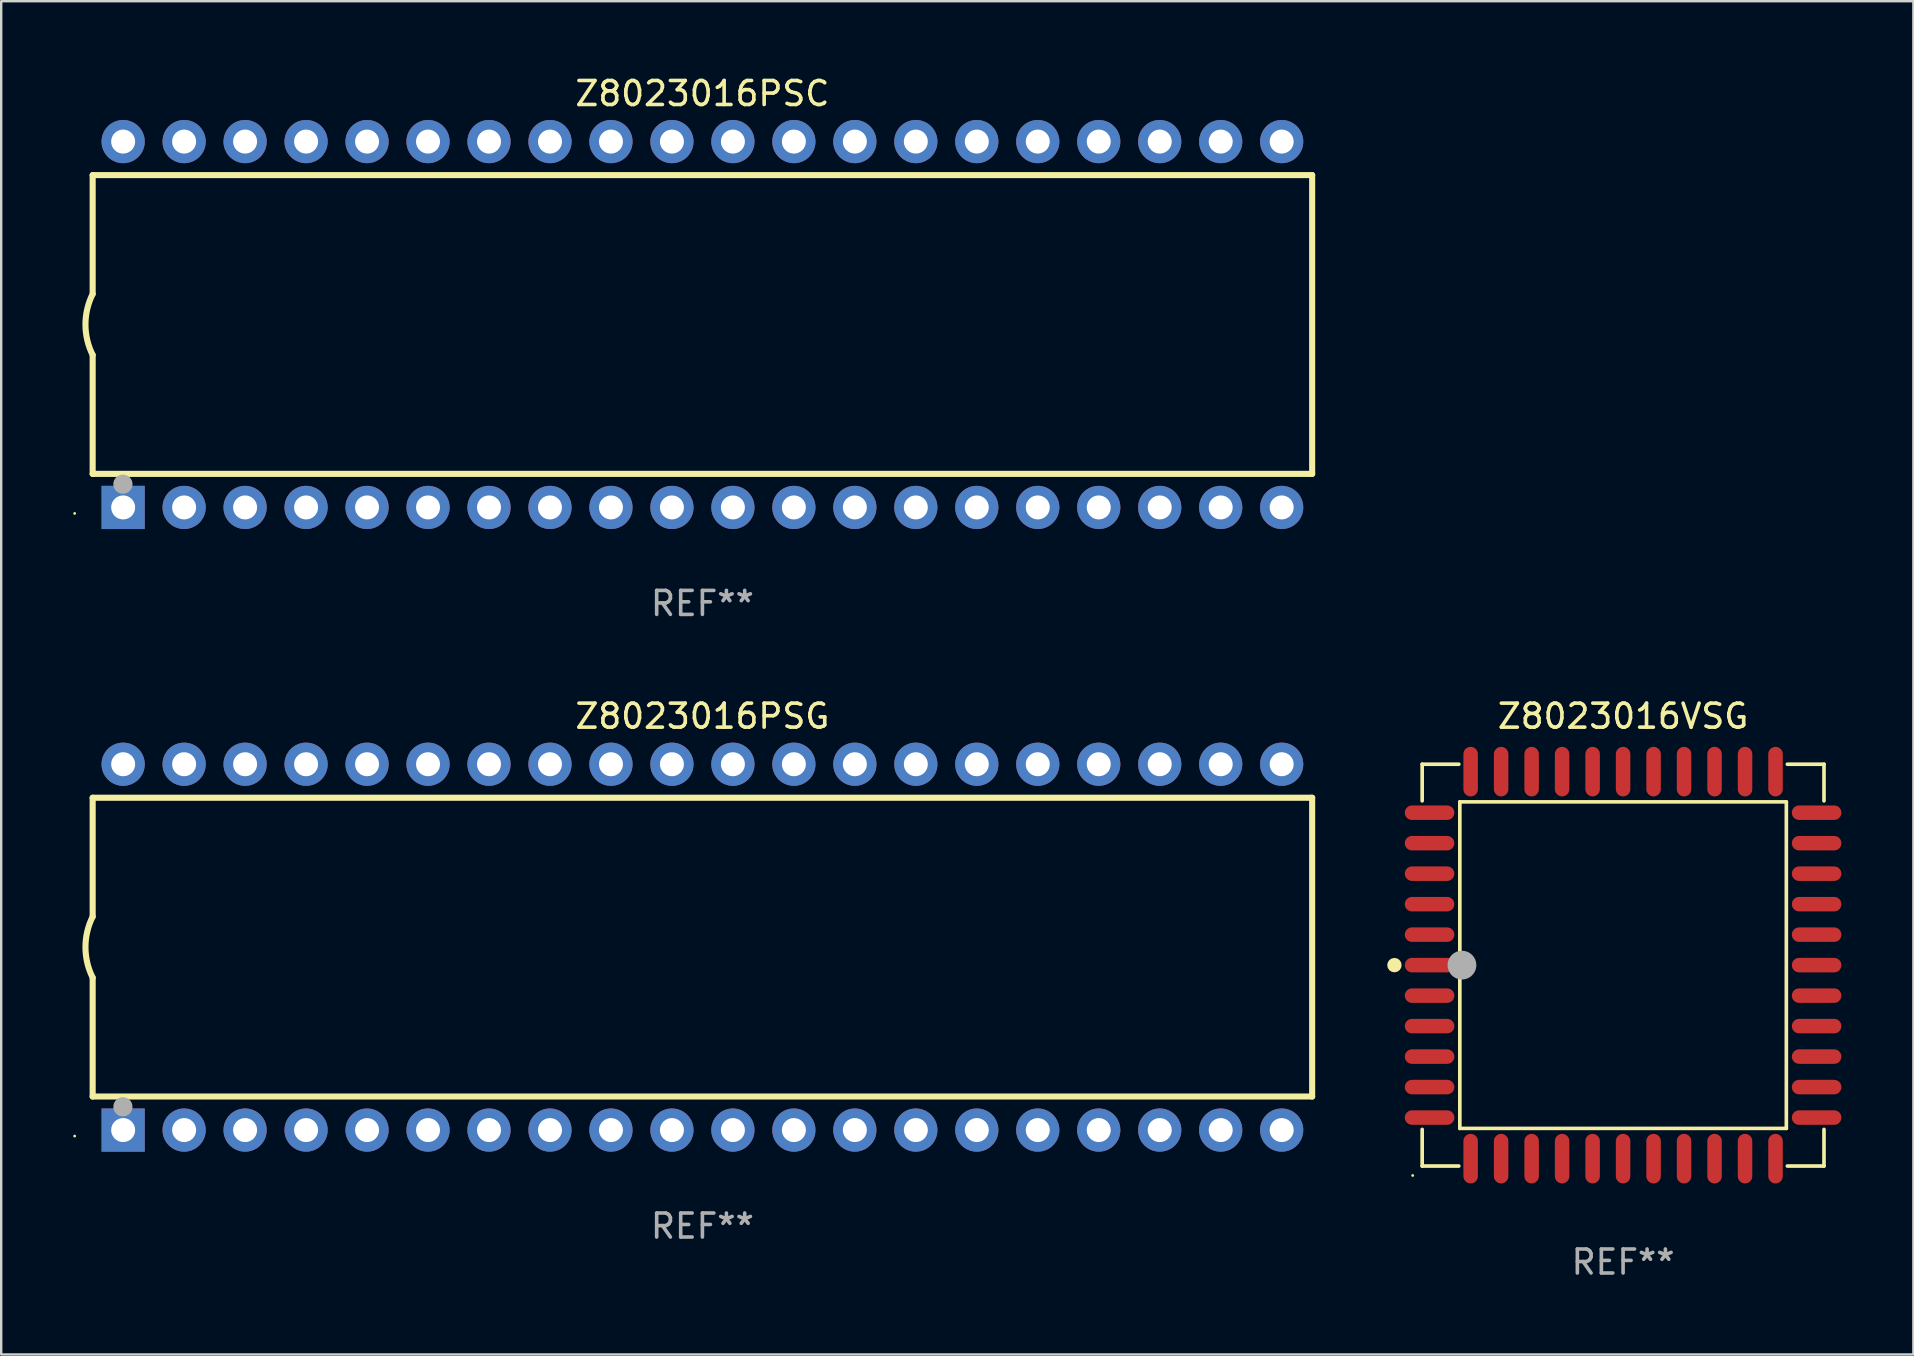
<source format=kicad_pcb>
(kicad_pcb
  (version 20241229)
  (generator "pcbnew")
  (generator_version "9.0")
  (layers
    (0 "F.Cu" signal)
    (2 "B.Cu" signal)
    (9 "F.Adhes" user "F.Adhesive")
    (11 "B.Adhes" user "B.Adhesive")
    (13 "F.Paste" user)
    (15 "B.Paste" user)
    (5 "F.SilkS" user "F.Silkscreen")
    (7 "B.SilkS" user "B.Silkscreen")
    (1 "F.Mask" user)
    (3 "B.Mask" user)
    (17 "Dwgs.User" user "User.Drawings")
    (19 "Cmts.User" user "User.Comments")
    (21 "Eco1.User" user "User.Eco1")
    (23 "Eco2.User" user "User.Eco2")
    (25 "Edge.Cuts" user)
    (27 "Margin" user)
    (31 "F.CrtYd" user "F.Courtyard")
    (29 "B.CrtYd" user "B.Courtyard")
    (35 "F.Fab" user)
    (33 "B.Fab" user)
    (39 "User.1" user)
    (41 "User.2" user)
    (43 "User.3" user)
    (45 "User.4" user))
  (footprint "Z8023016PSC"
    (layer "F.Cu")
    (at 26.21 10.468)
    (property "Reference" "Z8023016PSC" (at 0 -9.62 0) (layer "F.SilkS") (effects (font (size 1 1) (thickness 0.15))))
    (attr through_hole)
    (fp_line (start -25.4 -6.224) (end -25.4 -1.271) (stroke (width 0.254) (type solid)) (layer "F.SilkS"))
    (fp_line (start -25.4 -6.224) (end 25.4 -6.224) (stroke (width 0.254) (type solid)) (layer "F.SilkS"))
    (fp_line (start -25.4 1.269) (end -25.4 6.222) (stroke (width 0.254) (type solid)) (layer "F.SilkS"))
    (fp_line (start -25.4 6.222) (end 25.4 6.222) (stroke (width 0.254) (type solid)) (layer "F.SilkS"))
    (fp_line (start 25.4 6.222) (end 25.4 -6.224) (stroke (width 0.254) (type solid)) (layer "F.SilkS"))
    (fp_arc (start -25.4 1.269241) (mid -25.699807 -0.000762) (end -25.4 -1.270765) (stroke (width 0.254001) (type solid)) (layer "F.SilkS"))
    (fp_circle (center -26.15 7.87) (end -26.12 7.87) (stroke (width 0.06) (type solid)) (fill no) (layer "F.SilkS"))
    (fp_circle (center -24.14 6.65) (end -23.94 6.65) (stroke (width 0.4) (type solid)) (fill no) (layer "F.Fab"))
    (fp_text user "REF**" (at 0 11.62 0) (layer "F.Fab") (effects (font (size 1 1) (thickness 0.15))))
    (pad "1" thru_hole rect (at -24.13 7.62 90) (size 1.8 1.8) (drill 1) (layers "*.Cu" "*.Mask"))
    (pad "2" thru_hole circle (at -21.59 7.62) (size 1.8 1.8) (drill 1) (layers "*.Cu" "*.Mask"))
    (pad "3" thru_hole circle (at -19.05 7.62) (size 1.8 1.8) (drill 1) (layers "*.Cu" "*.Mask"))
    (pad "4" thru_hole circle (at -16.51 7.62) (size 1.8 1.8) (drill 1) (layers "*.Cu" "*.Mask"))
    (pad "5" thru_hole circle (at -13.97 7.62) (size 1.8 1.8) (drill 1) (layers "*.Cu" "*.Mask"))
    (pad "6" thru_hole circle (at -11.43 7.62) (size 1.8 1.8) (drill 1) (layers "*.Cu" "*.Mask"))
    (pad "7" thru_hole circle (at -8.89 7.62) (size 1.8 1.8) (drill 1) (layers "*.Cu" "*.Mask"))
    (pad "8" thru_hole circle (at -6.35 7.62) (size 1.8 1.8) (drill 1) (layers "*.Cu" "*.Mask"))
    (pad "9" thru_hole circle (at -3.81 7.62) (size 1.8 1.8) (drill 1) (layers "*.Cu" "*.Mask"))
    (pad "10" thru_hole circle (at -1.27 7.62) (size 1.8 1.8) (drill 1) (layers "*.Cu" "*.Mask"))
    (pad "11" thru_hole circle (at 1.27 7.62) (size 1.8 1.8) (drill 1) (layers "*.Cu" "*.Mask"))
    (pad "12" thru_hole circle (at 3.81 7.62) (size 1.8 1.8) (drill 1) (layers "*.Cu" "*.Mask"))
    (pad "13" thru_hole circle (at 6.35 7.62) (size 1.8 1.8) (drill 1) (layers "*.Cu" "*.Mask"))
    (pad "14" thru_hole circle (at 8.89 7.62) (size 1.8 1.8) (drill 1) (layers "*.Cu" "*.Mask"))
    (pad "15" thru_hole circle (at 11.43 7.62) (size 1.8 1.8) (drill 1) (layers "*.Cu" "*.Mask"))
    (pad "16" thru_hole circle (at 13.97 7.62) (size 1.8 1.8) (drill 1) (layers "*.Cu" "*.Mask"))
    (pad "17" thru_hole circle (at 16.51 7.62) (size 1.8 1.8) (drill 1) (layers "*.Cu" "*.Mask"))
    (pad "18" thru_hole circle (at 19.05 7.62) (size 1.8 1.8) (drill 1) (layers "*.Cu" "*.Mask"))
    (pad "19" thru_hole circle (at 21.59 7.62) (size 1.8 1.8) (drill 1) (layers "*.Cu" "*.Mask"))
    (pad "20" thru_hole circle (at 24.13 7.62) (size 1.8 1.8) (drill 1) (layers "*.Cu" "*.Mask"))
    (pad "21" thru_hole circle (at 24.13 -7.62) (size 1.8 1.8) (drill 1) (layers "*.Cu" "*.Mask"))
    (pad "22" thru_hole circle (at 21.59 -7.62) (size 1.8 1.8) (drill 1) (layers "*.Cu" "*.Mask"))
    (pad "23" thru_hole circle (at 19.05 -7.62) (size 1.8 1.8) (drill 1) (layers "*.Cu" "*.Mask"))
    (pad "24" thru_hole circle (at 16.51 -7.62) (size 1.8 1.8) (drill 1) (layers "*.Cu" "*.Mask"))
    (pad "25" thru_hole circle (at 13.97 -7.62) (size 1.8 1.8) (drill 1) (layers "*.Cu" "*.Mask"))
    (pad "26" thru_hole circle (at 11.43 -7.62) (size 1.8 1.8) (drill 1) (layers "*.Cu" "*.Mask"))
    (pad "27" thru_hole circle (at 8.89 -7.62) (size 1.8 1.8) (drill 1) (layers "*.Cu" "*.Mask"))
    (pad "28" thru_hole circle (at 6.35 -7.62) (size 1.8 1.8) (drill 1) (layers "*.Cu" "*.Mask"))
    (pad "29" thru_hole circle (at 3.81 -7.62) (size 1.8 1.8) (drill 1) (layers "*.Cu" "*.Mask"))
    (pad "30" thru_hole circle (at 1.27 -7.62) (size 1.8 1.8) (drill 1) (layers "*.Cu" "*.Mask"))
    (pad "31" thru_hole circle (at -1.27 -7.62) (size 1.8 1.8) (drill 1) (layers "*.Cu" "*.Mask"))
    (pad "32" thru_hole circle (at -3.81 -7.62) (size 1.8 1.8) (drill 1) (layers "*.Cu" "*.Mask"))
    (pad "33" thru_hole circle (at -6.35 -7.62) (size 1.8 1.8) (drill 1) (layers "*.Cu" "*.Mask"))
    (pad "34" thru_hole circle (at -8.89 -7.62) (size 1.8 1.8) (drill 1) (layers "*.Cu" "*.Mask"))
    (pad "35" thru_hole circle (at -11.43 -7.62) (size 1.8 1.8) (drill 1) (layers "*.Cu" "*.Mask"))
    (pad "36" thru_hole circle (at -13.97 -7.62) (size 1.8 1.8) (drill 1) (layers "*.Cu" "*.Mask"))
    (pad "37" thru_hole circle (at -16.51 -7.62) (size 1.8 1.8) (drill 1) (layers "*.Cu" "*.Mask"))
    (pad "38" thru_hole circle (at -19.05 -7.62) (size 1.8 1.8) (drill 1) (layers "*.Cu" "*.Mask"))
    (pad "39" thru_hole circle (at -21.59 -7.62) (size 1.8 1.8) (drill 1) (layers "*.Cu" "*.Mask"))
    (pad "40" thru_hole circle (at -24.13 -7.62) (size 1.8 1.8) (drill 1) (layers "*.Cu" "*.Mask")))
  (footprint "Z8023016PSG"
    (layer "F.Cu")
    (at 26.21 36.405)
    (property "Reference" "Z8023016PSG" (at 0 -9.62 0) (layer "F.SilkS") (effects (font (size 1 1) (thickness 0.15))))
    (attr through_hole)
    (fp_line (start -25.4 -6.224) (end -25.4 -1.271) (stroke (width 0.254) (type solid)) (layer "F.SilkS"))
    (fp_line (start -25.4 -6.224) (end 25.4 -6.224) (stroke (width 0.254) (type solid)) (layer "F.SilkS"))
    (fp_line (start -25.4 1.269) (end -25.4 6.222) (stroke (width 0.254) (type solid)) (layer "F.SilkS"))
    (fp_line (start -25.4 6.222) (end 25.4 6.222) (stroke (width 0.254) (type solid)) (layer "F.SilkS"))
    (fp_line (start 25.4 6.222) (end 25.4 -6.224) (stroke (width 0.254) (type solid)) (layer "F.SilkS"))
    (fp_arc (start -25.4 1.269241) (mid -25.699807 -0.000762) (end -25.4 -1.270765) (stroke (width 0.254001) (type solid)) (layer "F.SilkS"))
    (fp_circle (center -26.15 7.87) (end -26.12 7.87) (stroke (width 0.06) (type solid)) (fill no) (layer "F.SilkS"))
    (fp_circle (center -24.14 6.65) (end -23.94 6.65) (stroke (width 0.4) (type solid)) (fill no) (layer "F.Fab"))
    (fp_text user "REF**" (at 0 11.62 0) (layer "F.Fab") (effects (font (size 1 1) (thickness 0.15))))
    (pad "1" thru_hole rect (at -24.13 7.62 90) (size 1.8 1.8) (drill 1) (layers "*.Cu" "*.Mask"))
    (pad "2" thru_hole circle (at -21.59 7.62) (size 1.8 1.8) (drill 1) (layers "*.Cu" "*.Mask"))
    (pad "3" thru_hole circle (at -19.05 7.62) (size 1.8 1.8) (drill 1) (layers "*.Cu" "*.Mask"))
    (pad "4" thru_hole circle (at -16.51 7.62) (size 1.8 1.8) (drill 1) (layers "*.Cu" "*.Mask"))
    (pad "5" thru_hole circle (at -13.97 7.62) (size 1.8 1.8) (drill 1) (layers "*.Cu" "*.Mask"))
    (pad "6" thru_hole circle (at -11.43 7.62) (size 1.8 1.8) (drill 1) (layers "*.Cu" "*.Mask"))
    (pad "7" thru_hole circle (at -8.89 7.62) (size 1.8 1.8) (drill 1) (layers "*.Cu" "*.Mask"))
    (pad "8" thru_hole circle (at -6.35 7.62) (size 1.8 1.8) (drill 1) (layers "*.Cu" "*.Mask"))
    (pad "9" thru_hole circle (at -3.81 7.62) (size 1.8 1.8) (drill 1) (layers "*.Cu" "*.Mask"))
    (pad "10" thru_hole circle (at -1.27 7.62) (size 1.8 1.8) (drill 1) (layers "*.Cu" "*.Mask"))
    (pad "11" thru_hole circle (at 1.27 7.62) (size 1.8 1.8) (drill 1) (layers "*.Cu" "*.Mask"))
    (pad "12" thru_hole circle (at 3.81 7.62) (size 1.8 1.8) (drill 1) (layers "*.Cu" "*.Mask"))
    (pad "13" thru_hole circle (at 6.35 7.62) (size 1.8 1.8) (drill 1) (layers "*.Cu" "*.Mask"))
    (pad "14" thru_hole circle (at 8.89 7.62) (size 1.8 1.8) (drill 1) (layers "*.Cu" "*.Mask"))
    (pad "15" thru_hole circle (at 11.43 7.62) (size 1.8 1.8) (drill 1) (layers "*.Cu" "*.Mask"))
    (pad "16" thru_hole circle (at 13.97 7.62) (size 1.8 1.8) (drill 1) (layers "*.Cu" "*.Mask"))
    (pad "17" thru_hole circle (at 16.51 7.62) (size 1.8 1.8) (drill 1) (layers "*.Cu" "*.Mask"))
    (pad "18" thru_hole circle (at 19.05 7.62) (size 1.8 1.8) (drill 1) (layers "*.Cu" "*.Mask"))
    (pad "19" thru_hole circle (at 21.59 7.62) (size 1.8 1.8) (drill 1) (layers "*.Cu" "*.Mask"))
    (pad "20" thru_hole circle (at 24.13 7.62) (size 1.8 1.8) (drill 1) (layers "*.Cu" "*.Mask"))
    (pad "21" thru_hole circle (at 24.13 -7.62) (size 1.8 1.8) (drill 1) (layers "*.Cu" "*.Mask"))
    (pad "22" thru_hole circle (at 21.59 -7.62) (size 1.8 1.8) (drill 1) (layers "*.Cu" "*.Mask"))
    (pad "23" thru_hole circle (at 19.05 -7.62) (size 1.8 1.8) (drill 1) (layers "*.Cu" "*.Mask"))
    (pad "24" thru_hole circle (at 16.51 -7.62) (size 1.8 1.8) (drill 1) (layers "*.Cu" "*.Mask"))
    (pad "25" thru_hole circle (at 13.97 -7.62) (size 1.8 1.8) (drill 1) (layers "*.Cu" "*.Mask"))
    (pad "26" thru_hole circle (at 11.43 -7.62) (size 1.8 1.8) (drill 1) (layers "*.Cu" "*.Mask"))
    (pad "27" thru_hole circle (at 8.89 -7.62) (size 1.8 1.8) (drill 1) (layers "*.Cu" "*.Mask"))
    (pad "28" thru_hole circle (at 6.35 -7.62) (size 1.8 1.8) (drill 1) (layers "*.Cu" "*.Mask"))
    (pad "29" thru_hole circle (at 3.81 -7.62) (size 1.8 1.8) (drill 1) (layers "*.Cu" "*.Mask"))
    (pad "30" thru_hole circle (at 1.27 -7.62) (size 1.8 1.8) (drill 1) (layers "*.Cu" "*.Mask"))
    (pad "31" thru_hole circle (at -1.27 -7.62) (size 1.8 1.8) (drill 1) (layers "*.Cu" "*.Mask"))
    (pad "32" thru_hole circle (at -3.81 -7.62) (size 1.8 1.8) (drill 1) (layers "*.Cu" "*.Mask"))
    (pad "33" thru_hole circle (at -6.35 -7.62) (size 1.8 1.8) (drill 1) (layers "*.Cu" "*.Mask"))
    (pad "34" thru_hole circle (at -8.89 -7.62) (size 1.8 1.8) (drill 1) (layers "*.Cu" "*.Mask"))
    (pad "35" thru_hole circle (at -11.43 -7.62) (size 1.8 1.8) (drill 1) (layers "*.Cu" "*.Mask"))
    (pad "36" thru_hole circle (at -13.97 -7.62) (size 1.8 1.8) (drill 1) (layers "*.Cu" "*.Mask"))
    (pad "37" thru_hole circle (at -16.51 -7.62) (size 1.8 1.8) (drill 1) (layers "*.Cu" "*.Mask"))
    (pad "38" thru_hole circle (at -19.05 -7.62) (size 1.8 1.8) (drill 1) (layers "*.Cu" "*.Mask"))
    (pad "39" thru_hole circle (at -21.59 -7.62) (size 1.8 1.8) (drill 1) (layers "*.Cu" "*.Mask"))
    (pad "40" thru_hole circle (at -24.13 -7.62) (size 1.8 1.8) (drill 1) (layers "*.Cu" "*.Mask")))
  (footprint "Z8023016VSG"
    (layer "F.Cu")
    (at 64.562 37.154)
    (property "Reference" "Z8023016VSG" (at 0 -10.369 0) (layer "F.SilkS") (effects (font (size 1 1) (thickness 0.15))))
    (attr through_hole)
    (fp_line (start -8.369 -8.369) (end -6.843 -8.369) (stroke (width 0.152) (type solid)) (layer "F.SilkS"))
    (fp_line (start -8.369 -6.843) (end -8.369 -8.369) (stroke (width 0.152) (type solid)) (layer "F.SilkS"))
    (fp_line (start -8.369 6.843) (end -8.369 8.369) (stroke (width 0.152) (type solid)) (layer "F.SilkS"))
    (fp_line (start -8.369 8.369) (end -6.843 8.369) (stroke (width 0.152) (type solid)) (layer "F.SilkS"))
    (fp_line (start -6.801 -6.801) (end 6.801 -6.801) (stroke (width 0.152) (type solid)) (layer "F.SilkS"))
    (fp_line (start -6.801 6.801) (end -6.801 -6.801) (stroke (width 0.152) (type solid)) (layer "F.SilkS"))
    (fp_line (start 6.801 -6.801) (end 6.801 6.801) (stroke (width 0.152) (type solid)) (layer "F.SilkS"))
    (fp_line (start 6.801 6.801) (end -6.801 6.801) (stroke (width 0.152) (type solid)) (layer "F.SilkS"))
    (fp_line (start 8.369 -8.369) (end 6.843 -8.369) (stroke (width 0.152) (type solid)) (layer "F.SilkS"))
    (fp_line (start 8.369 -6.843) (end 8.369 -8.369) (stroke (width 0.152) (type solid)) (layer "F.SilkS"))
    (fp_line (start 8.369 6.843) (end 8.369 8.369) (stroke (width 0.152) (type solid)) (layer "F.SilkS"))
    (fp_line (start 8.369 8.369) (end 6.843 8.369) (stroke (width 0.152) (type solid)) (layer "F.SilkS"))
    (fp_circle (center -9.525 -0.000127) (end -9.375 -0.000127) (stroke (width 0.3) (type solid)) (fill no) (layer "F.SilkS"))
    (fp_circle (center -8.763 8.763) (end -8.733 8.763) (stroke (width 0.06) (type solid)) (fill no) (layer "F.SilkS"))
    (fp_circle (center -6.712 -0.000127) (end -6.412 -0.000127) (stroke (width 0.6) (type solid)) (fill no) (layer "F.Fab"))
    (fp_text user "REF**" (at 0 12.369 0) (layer "F.Fab") (effects (font (size 1 1) (thickness 0.15))))
    (pad "1" smd oval (at -8.061 -0.000127 90) (size 0.604 2.064) (layers "F.Cu" "F.Mask" "F.Paste"))
    (pad "2" smd oval (at -8.061 1.27 90) (size 0.604 2.064) (layers "F.Cu" "F.Mask" "F.Paste"))
    (pad "3" smd oval (at -8.061 2.54 90) (size 0.604 2.064) (layers "F.Cu" "F.Mask" "F.Paste"))
    (pad "4" smd oval (at -8.061 3.81 90) (size 0.604 2.064) (layers "F.Cu" "F.Mask" "F.Paste"))
    (pad "5" smd oval (at -8.061 5.08 90) (size 0.604 2.064) (layers "F.Cu" "F.Mask" "F.Paste"))
    (pad "6" smd oval (at -8.061 6.35 90) (size 0.604 2.064) (layers "F.Cu" "F.Mask" "F.Paste"))
    (pad "7" smd oval (at -6.35 8.061 90) (size 2.064 0.604) (layers "F.Cu" "F.Mask" "F.Paste"))
    (pad "8" smd oval (at -5.08 8.061 90) (size 2.064 0.604) (layers "F.Cu" "F.Mask" "F.Paste"))
    (pad "9" smd oval (at -3.81 8.061 90) (size 2.064 0.604) (layers "F.Cu" "F.Mask" "F.Paste"))
    (pad "10" smd oval (at -2.54 8.061 90) (size 2.064 0.604) (layers "F.Cu" "F.Mask" "F.Paste"))
    (pad "11" smd oval (at -1.27 8.061 90) (size 2.064 0.604) (layers "F.Cu" "F.Mask" "F.Paste"))
    (pad "12" smd oval (at 0.000076 8.061 90) (size 2.064 0.604) (layers "F.Cu" "F.Mask" "F.Paste"))
    (pad "13" smd oval (at 1.27 8.061 90) (size 2.064 0.604) (layers "F.Cu" "F.Mask" "F.Paste"))
    (pad "14" smd oval (at 2.54 8.061 90) (size 2.064 0.604) (layers "F.Cu" "F.Mask" "F.Paste"))
    (pad "15" smd oval (at 3.81 8.061 90) (size 2.064 0.604) (layers "F.Cu" "F.Mask" "F.Paste"))
    (pad "16" smd oval (at 5.08 8.061 90) (size 2.064 0.604) (layers "F.Cu" "F.Mask" "F.Paste"))
    (pad "17" smd oval (at 6.35 8.061 90) (size 2.064 0.604) (layers "F.Cu" "F.Mask" "F.Paste"))
    (pad "18" smd oval (at 8.062 6.35 90) (size 0.604 2.064) (layers "F.Cu" "F.Mask" "F.Paste"))
    (pad "19" smd oval (at 8.062 5.08 90) (size 0.604 2.064) (layers "F.Cu" "F.Mask" "F.Paste"))
    (pad "20" smd oval (at 8.062 3.81 90) (size 0.604 2.064) (layers "F.Cu" "F.Mask" "F.Paste"))
    (pad "21" smd oval (at 8.062 2.54 90) (size 0.604 2.064) (layers "F.Cu" "F.Mask" "F.Paste"))
    (pad "22" smd oval (at 8.062 1.27 90) (size 0.604 2.064) (layers "F.Cu" "F.Mask" "F.Paste"))
    (pad "23" smd oval (at 8.062 -0.000127 90) (size 0.604 2.064) (layers "F.Cu" "F.Mask" "F.Paste"))
    (pad "24" smd oval (at 8.062 -1.27 90) (size 0.604 2.064) (layers "F.Cu" "F.Mask" "F.Paste"))
    (pad "25" smd oval (at 8.062 -2.54 90) (size 0.604 2.064) (layers "F.Cu" "F.Mask" "F.Paste"))
    (pad "26" smd oval (at 8.062 -3.81 90) (size 0.604 2.064) (layers "F.Cu" "F.Mask" "F.Paste"))
    (pad "27" smd oval (at 8.062 -5.08 90) (size 0.604 2.064) (layers "F.Cu" "F.Mask" "F.Paste"))
    (pad "28" smd oval (at 8.062 -6.35 90) (size 0.604 2.064) (layers "F.Cu" "F.Mask" "F.Paste"))
    (pad "29" smd oval (at 6.35 -8.061 90) (size 2.064 0.604) (layers "F.Cu" "F.Mask" "F.Paste"))
    (pad "30" smd oval (at 5.08 -8.061 90) (size 2.064 0.604) (layers "F.Cu" "F.Mask" "F.Paste"))
    (pad "31" smd oval (at 3.81 -8.061 90) (size 2.064 0.604) (layers "F.Cu" "F.Mask" "F.Paste"))
    (pad "32" smd oval (at 2.54 -8.061 90) (size 2.064 0.604) (layers "F.Cu" "F.Mask" "F.Paste"))
    (pad "33" smd oval (at 1.27 -8.061 90) (size 2.064 0.604) (layers "F.Cu" "F.Mask" "F.Paste"))
    (pad "34" smd oval (at 0.000076 -8.061 90) (size 2.064 0.604) (layers "F.Cu" "F.Mask" "F.Paste"))
    (pad "35" smd oval (at -1.27 -8.061 90) (size 2.064 0.604) (layers "F.Cu" "F.Mask" "F.Paste"))
    (pad "36" smd oval (at -2.54 -8.061 90) (size 2.064 0.604) (layers "F.Cu" "F.Mask" "F.Paste"))
    (pad "37" smd oval (at -3.81 -8.061 90) (size 2.064 0.604) (layers "F.Cu" "F.Mask" "F.Paste"))
    (pad "38" smd oval (at -5.08 -8.061 90) (size 2.064 0.604) (layers "F.Cu" "F.Mask" "F.Paste"))
    (pad "39" smd oval (at -6.35 -8.061 90) (size 2.064 0.604) (layers "F.Cu" "F.Mask" "F.Paste"))
    (pad "40" smd oval (at -8.061 -6.35 90) (size 0.604 2.064) (layers "F.Cu" "F.Mask" "F.Paste"))
    (pad "41" smd oval (at -8.061 -5.08 90) (size 0.604 2.064) (layers "F.Cu" "F.Mask" "F.Paste"))
    (pad "42" smd oval (at -8.061 -3.81 90) (size 0.604 2.064) (layers "F.Cu" "F.Mask" "F.Paste"))
    (pad "43" smd oval (at -8.061 -2.54 90) (size 0.604 2.064) (layers "F.Cu" "F.Mask" "F.Paste"))
    (pad "44" smd oval (at -8.061 -1.27 90) (size 0.604 2.064) (layers "F.Cu" "F.Mask" "F.Paste")))
  (gr_rect
    (start -3 -3)
    (end 76.655 53.372)
    (stroke (width 0.1) (type default))
    (fill no)
    (layer "Edge.Cuts")))
</source>
